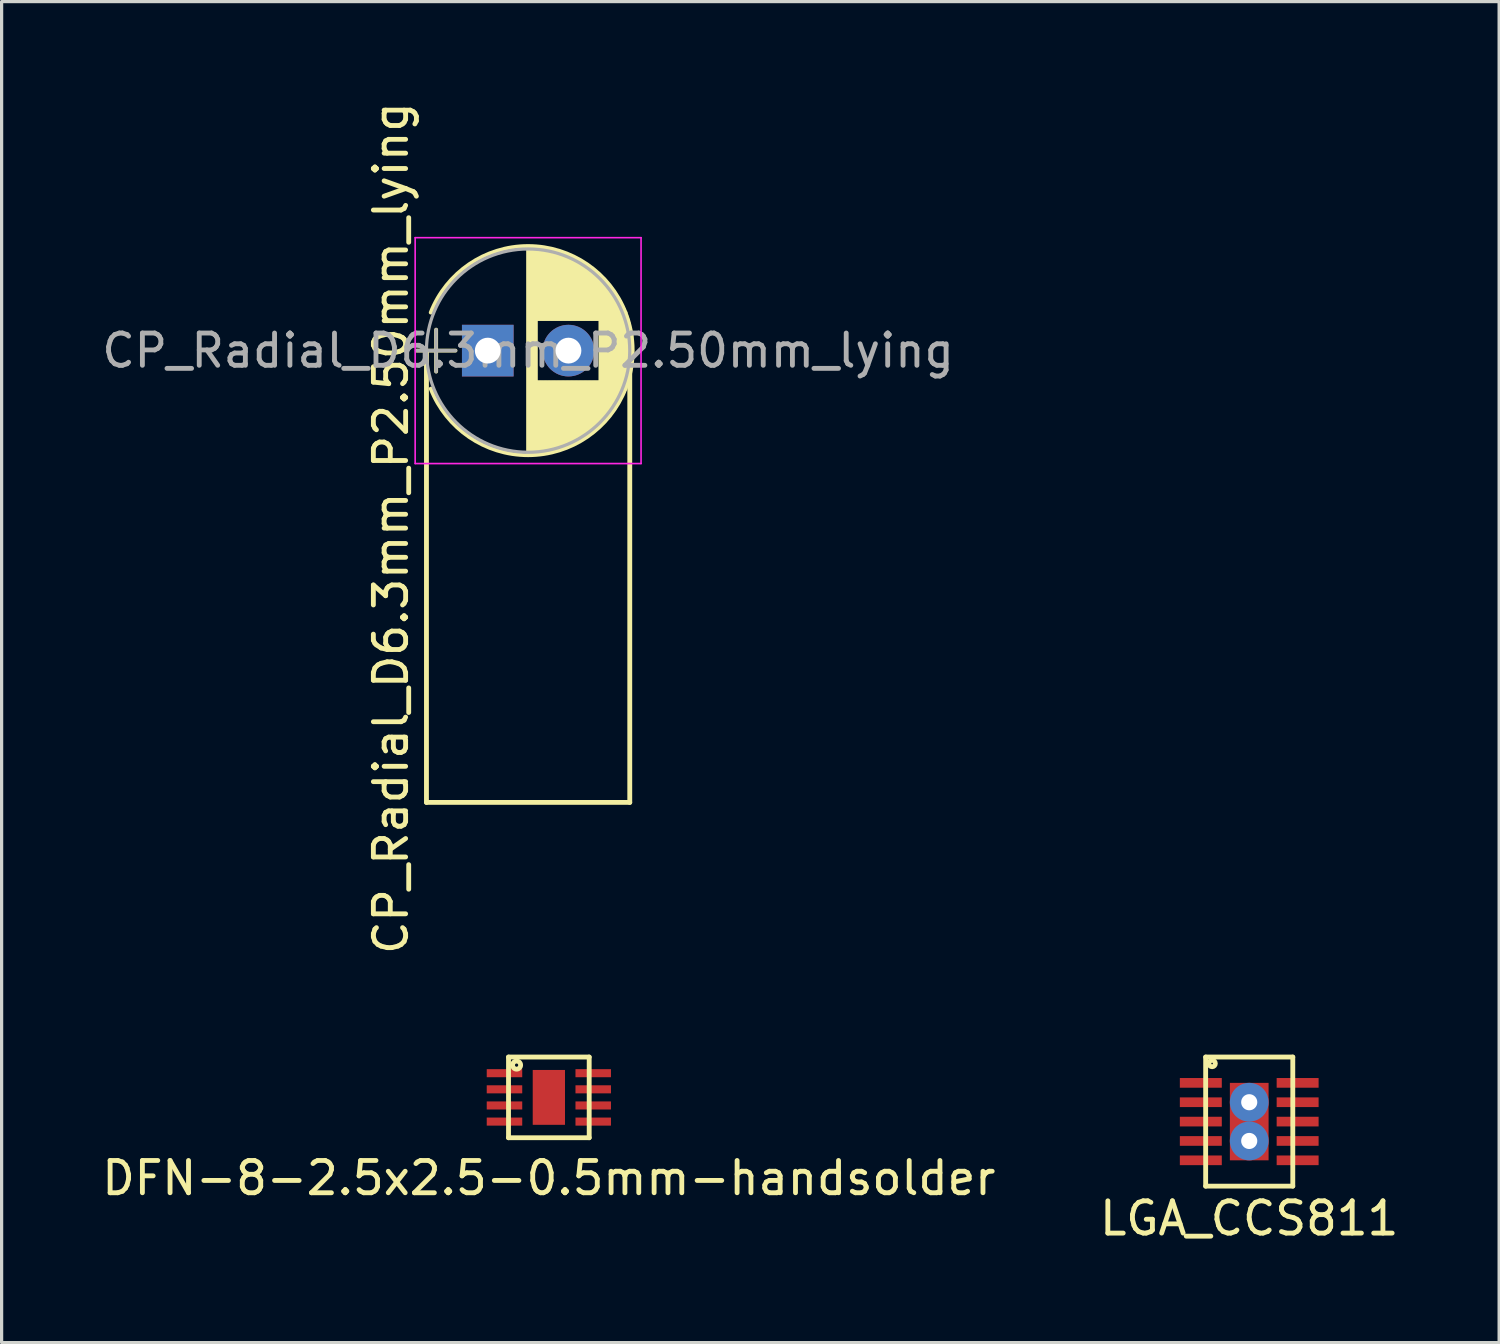
<source format=kicad_pcb>
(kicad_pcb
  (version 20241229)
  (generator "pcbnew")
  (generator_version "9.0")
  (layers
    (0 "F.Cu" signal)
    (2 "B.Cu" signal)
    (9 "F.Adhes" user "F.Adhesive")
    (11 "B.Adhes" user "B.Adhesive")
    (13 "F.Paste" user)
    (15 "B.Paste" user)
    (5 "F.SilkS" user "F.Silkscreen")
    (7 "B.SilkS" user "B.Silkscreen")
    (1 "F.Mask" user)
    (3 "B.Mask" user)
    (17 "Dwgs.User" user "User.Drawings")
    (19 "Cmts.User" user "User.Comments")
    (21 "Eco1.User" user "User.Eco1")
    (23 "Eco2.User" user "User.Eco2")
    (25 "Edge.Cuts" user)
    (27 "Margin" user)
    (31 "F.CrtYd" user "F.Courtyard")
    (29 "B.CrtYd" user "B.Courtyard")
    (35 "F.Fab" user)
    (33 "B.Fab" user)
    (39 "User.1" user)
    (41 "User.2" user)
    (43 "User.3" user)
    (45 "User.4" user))
  (footprint "CP_Radial_D6.3mm_P2.50mm_lying"
    (layer "F.Cu")
    (at 12.065 7.815)
    (property "Reference" "CP_Radial_D6.3mm_P2.50mm_lying" (at -3 5.5 90) (layer "F.SilkS") (effects (font (size 1 1) (thickness 0.15))))
    (attr through_hole)
    (fp_line (start -2.2 0) (end -1 0) (stroke (width 0.12) (type solid)) (layer "F.SilkS"))
    (fp_line (start -1.9 14) (end -1.9 0) (stroke (width 0.15) (type solid)) (layer "F.SilkS"))
    (fp_line (start -1.9 14) (end 4.4 14) (stroke (width 0.15) (type solid)) (layer "F.SilkS"))
    (fp_line (start -1.6 -0.65) (end -1.6 0.65) (stroke (width 0.12) (type solid)) (layer "F.SilkS"))
    (fp_line (start 1.25 -3.2) (end 1.25 3.2) (stroke (width 0.12) (type solid)) (layer "F.SilkS"))
    (fp_line (start 1.29 -3.2) (end 1.29 3.2) (stroke (width 0.12) (type solid)) (layer "F.SilkS"))
    (fp_line (start 1.33 -3.2) (end 1.33 3.2) (stroke (width 0.12) (type solid)) (layer "F.SilkS"))
    (fp_line (start 1.37 -3.198) (end 1.37 3.198) (stroke (width 0.12) (type solid)) (layer "F.SilkS"))
    (fp_line (start 1.41 -3.197) (end 1.41 3.197) (stroke (width 0.12) (type solid)) (layer "F.SilkS"))
    (fp_line (start 1.45 -3.194) (end 1.45 3.194) (stroke (width 0.12) (type solid)) (layer "F.SilkS"))
    (fp_line (start 1.49 -3.192) (end 1.49 3.192) (stroke (width 0.12) (type solid)) (layer "F.SilkS"))
    (fp_line (start 1.53 -3.188) (end 1.53 -0.98) (stroke (width 0.12) (type solid)) (layer "F.SilkS"))
    (fp_line (start 1.53 0.98) (end 1.53 3.188) (stroke (width 0.12) (type solid)) (layer "F.SilkS"))
    (fp_line (start 1.57 -3.185) (end 1.57 -0.98) (stroke (width 0.12) (type solid)) (layer "F.SilkS"))
    (fp_line (start 1.57 0.98) (end 1.57 3.185) (stroke (width 0.12) (type solid)) (layer "F.SilkS"))
    (fp_line (start 1.61 -3.18) (end 1.61 -0.98) (stroke (width 0.12) (type solid)) (layer "F.SilkS"))
    (fp_line (start 1.61 0.98) (end 1.61 3.18) (stroke (width 0.12) (type solid)) (layer "F.SilkS"))
    (fp_line (start 1.65 -3.176) (end 1.65 -0.98) (stroke (width 0.12) (type solid)) (layer "F.SilkS"))
    (fp_line (start 1.65 0.98) (end 1.65 3.176) (stroke (width 0.12) (type solid)) (layer "F.SilkS"))
    (fp_line (start 1.69 -3.17) (end 1.69 -0.98) (stroke (width 0.12) (type solid)) (layer "F.SilkS"))
    (fp_line (start 1.69 0.98) (end 1.69 3.17) (stroke (width 0.12) (type solid)) (layer "F.SilkS"))
    (fp_line (start 1.73 -3.165) (end 1.73 -0.98) (stroke (width 0.12) (type solid)) (layer "F.SilkS"))
    (fp_line (start 1.73 0.98) (end 1.73 3.165) (stroke (width 0.12) (type solid)) (layer "F.SilkS"))
    (fp_line (start 1.77 -3.158) (end 1.77 -0.98) (stroke (width 0.12) (type solid)) (layer "F.SilkS"))
    (fp_line (start 1.77 0.98) (end 1.77 3.158) (stroke (width 0.12) (type solid)) (layer "F.SilkS"))
    (fp_line (start 1.81 -3.152) (end 1.81 -0.98) (stroke (width 0.12) (type solid)) (layer "F.SilkS"))
    (fp_line (start 1.81 0.98) (end 1.81 3.152) (stroke (width 0.12) (type solid)) (layer "F.SilkS"))
    (fp_line (start 1.85 -3.144) (end 1.85 -0.98) (stroke (width 0.12) (type solid)) (layer "F.SilkS"))
    (fp_line (start 1.85 0.98) (end 1.85 3.144) (stroke (width 0.12) (type solid)) (layer "F.SilkS"))
    (fp_line (start 1.89 -3.137) (end 1.89 -0.98) (stroke (width 0.12) (type solid)) (layer "F.SilkS"))
    (fp_line (start 1.89 0.98) (end 1.89 3.137) (stroke (width 0.12) (type solid)) (layer "F.SilkS"))
    (fp_line (start 1.93 -3.128) (end 1.93 -0.98) (stroke (width 0.12) (type solid)) (layer "F.SilkS"))
    (fp_line (start 1.93 0.98) (end 1.93 3.128) (stroke (width 0.12) (type solid)) (layer "F.SilkS"))
    (fp_line (start 1.971 -3.119) (end 1.971 -0.98) (stroke (width 0.12) (type solid)) (layer "F.SilkS"))
    (fp_line (start 1.971 0.98) (end 1.971 3.119) (stroke (width 0.12) (type solid)) (layer "F.SilkS"))
    (fp_line (start 2.011 -3.11) (end 2.011 -0.98) (stroke (width 0.12) (type solid)) (layer "F.SilkS"))
    (fp_line (start 2.011 0.98) (end 2.011 3.11) (stroke (width 0.12) (type solid)) (layer "F.SilkS"))
    (fp_line (start 2.051 -3.1) (end 2.051 -0.98) (stroke (width 0.12) (type solid)) (layer "F.SilkS"))
    (fp_line (start 2.051 0.98) (end 2.051 3.1) (stroke (width 0.12) (type solid)) (layer "F.SilkS"))
    (fp_line (start 2.091 -3.09) (end 2.091 -0.98) (stroke (width 0.12) (type solid)) (layer "F.SilkS"))
    (fp_line (start 2.091 0.98) (end 2.091 3.09) (stroke (width 0.12) (type solid)) (layer "F.SilkS"))
    (fp_line (start 2.131 -3.079) (end 2.131 -0.98) (stroke (width 0.12) (type solid)) (layer "F.SilkS"))
    (fp_line (start 2.131 0.98) (end 2.131 3.079) (stroke (width 0.12) (type solid)) (layer "F.SilkS"))
    (fp_line (start 2.171 -3.067) (end 2.171 -0.98) (stroke (width 0.12) (type solid)) (layer "F.SilkS"))
    (fp_line (start 2.171 0.98) (end 2.171 3.067) (stroke (width 0.12) (type solid)) (layer "F.SilkS"))
    (fp_line (start 2.211 -3.055) (end 2.211 -0.98) (stroke (width 0.12) (type solid)) (layer "F.SilkS"))
    (fp_line (start 2.211 0.98) (end 2.211 3.055) (stroke (width 0.12) (type solid)) (layer "F.SilkS"))
    (fp_line (start 2.251 -3.042) (end 2.251 -0.98) (stroke (width 0.12) (type solid)) (layer "F.SilkS"))
    (fp_line (start 2.251 0.98) (end 2.251 3.042) (stroke (width 0.12) (type solid)) (layer "F.SilkS"))
    (fp_line (start 2.291 -3.029) (end 2.291 -0.98) (stroke (width 0.12) (type solid)) (layer "F.SilkS"))
    (fp_line (start 2.291 0.98) (end 2.291 3.029) (stroke (width 0.12) (type solid)) (layer "F.SilkS"))
    (fp_line (start 2.331 -3.015) (end 2.331 -0.98) (stroke (width 0.12) (type solid)) (layer "F.SilkS"))
    (fp_line (start 2.331 0.98) (end 2.331 3.015) (stroke (width 0.12) (type solid)) (layer "F.SilkS"))
    (fp_line (start 2.371 -3.001) (end 2.371 -0.98) (stroke (width 0.12) (type solid)) (layer "F.SilkS"))
    (fp_line (start 2.371 0.98) (end 2.371 3.001) (stroke (width 0.12) (type solid)) (layer "F.SilkS"))
    (fp_line (start 2.411 -2.986) (end 2.411 -0.98) (stroke (width 0.12) (type solid)) (layer "F.SilkS"))
    (fp_line (start 2.411 0.98) (end 2.411 2.986) (stroke (width 0.12) (type solid)) (layer "F.SilkS"))
    (fp_line (start 2.451 -2.97) (end 2.451 -0.98) (stroke (width 0.12) (type solid)) (layer "F.SilkS"))
    (fp_line (start 2.451 0.98) (end 2.451 2.97) (stroke (width 0.12) (type solid)) (layer "F.SilkS"))
    (fp_line (start 2.491 -2.954) (end 2.491 -0.98) (stroke (width 0.12) (type solid)) (layer "F.SilkS"))
    (fp_line (start 2.491 0.98) (end 2.491 2.954) (stroke (width 0.12) (type solid)) (layer "F.SilkS"))
    (fp_line (start 2.531 -2.937) (end 2.531 -0.98) (stroke (width 0.12) (type solid)) (layer "F.SilkS"))
    (fp_line (start 2.531 0.98) (end 2.531 2.937) (stroke (width 0.12) (type solid)) (layer "F.SilkS"))
    (fp_line (start 2.571 -2.919) (end 2.571 -0.98) (stroke (width 0.12) (type solid)) (layer "F.SilkS"))
    (fp_line (start 2.571 0.98) (end 2.571 2.919) (stroke (width 0.12) (type solid)) (layer "F.SilkS"))
    (fp_line (start 2.611 -2.901) (end 2.611 -0.98) (stroke (width 0.12) (type solid)) (layer "F.SilkS"))
    (fp_line (start 2.611 0.98) (end 2.611 2.901) (stroke (width 0.12) (type solid)) (layer "F.SilkS"))
    (fp_line (start 2.651 -2.882) (end 2.651 -0.98) (stroke (width 0.12) (type solid)) (layer "F.SilkS"))
    (fp_line (start 2.651 0.98) (end 2.651 2.882) (stroke (width 0.12) (type solid)) (layer "F.SilkS"))
    (fp_line (start 2.691 -2.863) (end 2.691 -0.98) (stroke (width 0.12) (type solid)) (layer "F.SilkS"))
    (fp_line (start 2.691 0.98) (end 2.691 2.863) (stroke (width 0.12) (type solid)) (layer "F.SilkS"))
    (fp_line (start 2.731 -2.843) (end 2.731 -0.98) (stroke (width 0.12) (type solid)) (layer "F.SilkS"))
    (fp_line (start 2.731 0.98) (end 2.731 2.843) (stroke (width 0.12) (type solid)) (layer "F.SilkS"))
    (fp_line (start 2.771 -2.822) (end 2.771 -0.98) (stroke (width 0.12) (type solid)) (layer "F.SilkS"))
    (fp_line (start 2.771 0.98) (end 2.771 2.822) (stroke (width 0.12) (type solid)) (layer "F.SilkS"))
    (fp_line (start 2.811 -2.8) (end 2.811 -0.98) (stroke (width 0.12) (type solid)) (layer "F.SilkS"))
    (fp_line (start 2.811 0.98) (end 2.811 2.8) (stroke (width 0.12) (type solid)) (layer "F.SilkS"))
    (fp_line (start 2.851 -2.778) (end 2.851 -0.98) (stroke (width 0.12) (type solid)) (layer "F.SilkS"))
    (fp_line (start 2.851 0.98) (end 2.851 2.778) (stroke (width 0.12) (type solid)) (layer "F.SilkS"))
    (fp_line (start 2.891 -2.755) (end 2.891 -0.98) (stroke (width 0.12) (type solid)) (layer "F.SilkS"))
    (fp_line (start 2.891 0.98) (end 2.891 2.755) (stroke (width 0.12) (type solid)) (layer "F.SilkS"))
    (fp_line (start 2.931 -2.731) (end 2.931 -0.98) (stroke (width 0.12) (type solid)) (layer "F.SilkS"))
    (fp_line (start 2.931 0.98) (end 2.931 2.731) (stroke (width 0.12) (type solid)) (layer "F.SilkS"))
    (fp_line (start 2.971 -2.706) (end 2.971 -0.98) (stroke (width 0.12) (type solid)) (layer "F.SilkS"))
    (fp_line (start 2.971 0.98) (end 2.971 2.706) (stroke (width 0.12) (type solid)) (layer "F.SilkS"))
    (fp_line (start 3.011 -2.681) (end 3.011 -0.98) (stroke (width 0.12) (type solid)) (layer "F.SilkS"))
    (fp_line (start 3.011 0.98) (end 3.011 2.681) (stroke (width 0.12) (type solid)) (layer "F.SilkS"))
    (fp_line (start 3.051 -2.654) (end 3.051 -0.98) (stroke (width 0.12) (type solid)) (layer "F.SilkS"))
    (fp_line (start 3.051 0.98) (end 3.051 2.654) (stroke (width 0.12) (type solid)) (layer "F.SilkS"))
    (fp_line (start 3.091 -2.627) (end 3.091 -0.98) (stroke (width 0.12) (type solid)) (layer "F.SilkS"))
    (fp_line (start 3.091 0.98) (end 3.091 2.627) (stroke (width 0.12) (type solid)) (layer "F.SilkS"))
    (fp_line (start 3.131 -2.599) (end 3.131 -0.98) (stroke (width 0.12) (type solid)) (layer "F.SilkS"))
    (fp_line (start 3.131 0.98) (end 3.131 2.599) (stroke (width 0.12) (type solid)) (layer "F.SilkS"))
    (fp_line (start 3.171 -2.57) (end 3.171 -0.98) (stroke (width 0.12) (type solid)) (layer "F.SilkS"))
    (fp_line (start 3.171 0.98) (end 3.171 2.57) (stroke (width 0.12) (type solid)) (layer "F.SilkS"))
    (fp_line (start 3.211 -2.54) (end 3.211 -0.98) (stroke (width 0.12) (type solid)) (layer "F.SilkS"))
    (fp_line (start 3.211 0.98) (end 3.211 2.54) (stroke (width 0.12) (type solid)) (layer "F.SilkS"))
    (fp_line (start 3.251 -2.51) (end 3.251 -0.98) (stroke (width 0.12) (type solid)) (layer "F.SilkS"))
    (fp_line (start 3.251 0.98) (end 3.251 2.51) (stroke (width 0.12) (type solid)) (layer "F.SilkS"))
    (fp_line (start 3.291 -2.478) (end 3.291 -0.98) (stroke (width 0.12) (type solid)) (layer "F.SilkS"))
    (fp_line (start 3.291 0.98) (end 3.291 2.478) (stroke (width 0.12) (type solid)) (layer "F.SilkS"))
    (fp_line (start 3.331 -2.445) (end 3.331 -0.98) (stroke (width 0.12) (type solid)) (layer "F.SilkS"))
    (fp_line (start 3.331 0.98) (end 3.331 2.445) (stroke (width 0.12) (type solid)) (layer "F.SilkS"))
    (fp_line (start 3.371 -2.411) (end 3.371 -0.98) (stroke (width 0.12) (type solid)) (layer "F.SilkS"))
    (fp_line (start 3.371 0.98) (end 3.371 2.411) (stroke (width 0.12) (type solid)) (layer "F.SilkS"))
    (fp_line (start 3.411 -2.375) (end 3.411 -0.98) (stroke (width 0.12) (type solid)) (layer "F.SilkS"))
    (fp_line (start 3.411 0.98) (end 3.411 2.375) (stroke (width 0.12) (type solid)) (layer "F.SilkS"))
    (fp_line (start 3.451 -2.339) (end 3.451 -0.98) (stroke (width 0.12) (type solid)) (layer "F.SilkS"))
    (fp_line (start 3.451 0.98) (end 3.451 2.339) (stroke (width 0.12) (type solid)) (layer "F.SilkS"))
    (fp_line (start 3.491 -2.301) (end 3.491 2.301) (stroke (width 0.12) (type solid)) (layer "F.SilkS"))
    (fp_line (start 3.531 -2.262) (end 3.531 2.262) (stroke (width 0.12) (type solid)) (layer "F.SilkS"))
    (fp_line (start 3.571 -2.222) (end 3.571 2.222) (stroke (width 0.12) (type solid)) (layer "F.SilkS"))
    (fp_line (start 3.611 -2.18) (end 3.611 2.18) (stroke (width 0.12) (type solid)) (layer "F.SilkS"))
    (fp_line (start 3.651 -2.137) (end 3.651 2.137) (stroke (width 0.12) (type solid)) (layer "F.SilkS"))
    (fp_line (start 3.691 -2.092) (end 3.691 2.092) (stroke (width 0.12) (type solid)) (layer "F.SilkS"))
    (fp_line (start 3.731 -2.045) (end 3.731 2.045) (stroke (width 0.12) (type solid)) (layer "F.SilkS"))
    (fp_line (start 3.771 -1.997) (end 3.771 1.997) (stroke (width 0.12) (type solid)) (layer "F.SilkS"))
    (fp_line (start 3.811 -1.946) (end 3.811 1.946) (stroke (width 0.12) (type solid)) (layer "F.SilkS"))
    (fp_line (start 3.851 -1.894) (end 3.851 1.894) (stroke (width 0.12) (type solid)) (layer "F.SilkS"))
    (fp_line (start 3.891 -1.839) (end 3.891 1.839) (stroke (width 0.12) (type solid)) (layer "F.SilkS"))
    (fp_line (start 3.931 -1.781) (end 3.931 1.781) (stroke (width 0.12) (type solid)) (layer "F.SilkS"))
    (fp_line (start 3.971 -1.721) (end 3.971 1.721) (stroke (width 0.12) (type solid)) (layer "F.SilkS"))
    (fp_line (start 4.011 -1.658) (end 4.011 1.658) (stroke (width 0.12) (type solid)) (layer "F.SilkS"))
    (fp_line (start 4.051 -1.591) (end 4.051 1.591) (stroke (width 0.12) (type solid)) (layer "F.SilkS"))
    (fp_line (start 4.091 -1.52) (end 4.091 1.52) (stroke (width 0.12) (type solid)) (layer "F.SilkS"))
    (fp_line (start 4.131 -1.445) (end 4.131 1.445) (stroke (width 0.12) (type solid)) (layer "F.SilkS"))
    (fp_line (start 4.171 -1.364) (end 4.171 1.364) (stroke (width 0.12) (type solid)) (layer "F.SilkS"))
    (fp_line (start 4.211 -1.278) (end 4.211 1.278) (stroke (width 0.12) (type solid)) (layer "F.SilkS"))
    (fp_line (start 4.251 -1.184) (end 4.251 1.184) (stroke (width 0.12) (type solid)) (layer "F.SilkS"))
    (fp_line (start 4.291 -1.081) (end 4.291 1.081) (stroke (width 0.12) (type solid)) (layer "F.SilkS"))
    (fp_line (start 4.331 -0.966) (end 4.331 0.966) (stroke (width 0.12) (type solid)) (layer "F.SilkS"))
    (fp_line (start 4.371 -0.834) (end 4.371 0.834) (stroke (width 0.12) (type solid)) (layer "F.SilkS"))
    (fp_line (start 4.4 0) (end 4.4 14) (stroke (width 0.15) (type solid)) (layer "F.SilkS"))
    (fp_line (start 4.411 -0.676) (end 4.411 0.676) (stroke (width 0.12) (type solid)) (layer "F.SilkS"))
    (fp_line (start 4.451 -0.468) (end 4.451 0.468) (stroke (width 0.12) (type solid)) (layer "F.SilkS"))
    (fp_arc (start -1.767482 -1.18) (mid 1.250464 -3.24) (end 4.26782 -1.179135) (stroke (width 0.12) (type solid)) (layer "F.SilkS"))
    (fp_arc (start 4.267482 -1.18) (mid 4.49 -0.000464) (end 4.26782 1.179135) (stroke (width 0.12) (type solid)) (layer "F.SilkS"))
    (fp_arc (start 4.26782 1.179135) (mid 1.250464 3.239999) (end -1.767482 1.18) (stroke (width 0.12) (type solid)) (layer "F.SilkS"))
    (fp_line (start -2.25 -3.5) (end -2.25 3.5) (stroke (width 0.05) (type solid)) (layer "F.CrtYd"))
    (fp_line (start -2.25 3.5) (end 4.75 3.5) (stroke (width 0.05) (type solid)) (layer "F.CrtYd"))
    (fp_line (start 4.75 -3.5) (end -2.25 -3.5) (stroke (width 0.05) (type solid)) (layer "F.CrtYd"))
    (fp_line (start 4.75 3.5) (end 4.75 -3.5) (stroke (width 0.05) (type solid)) (layer "F.CrtYd"))
    (fp_line (start -2.2 0) (end -1 0) (stroke (width 0.1) (type solid)) (layer "F.Fab"))
    (fp_line (start -1.6 -0.65) (end -1.6 0.65) (stroke (width 0.1) (type solid)) (layer "F.Fab"))
    (fp_circle (center 1.25 0) (end 4.4 0) (stroke (width 0.1) (type solid)) (fill no) (layer "F.Fab"))
    (fp_text user "${REFERENCE}" (at 1.25 0 0) (layer "F.Fab") (effects (font (size 1 1) (thickness 0.15))))
    (pad "1" thru_hole rect (at 0 0) (size 1.6 1.6) (drill 0.8) (layers "*.Cu" "*.Mask"))
    (pad "2" thru_hole circle (at 2.5 0) (size 1.6 1.6) (drill 0.8) (layers "*.Cu" "*.Mask")))
  (footprint "DFN-8-2.5x2.5-0.5mm-handsolder"
    (layer "F.Cu")
    (at 13.958 30.956)
    (property "Reference" "DFN-8-2.5x2.5-0.5mm-handsolder" (at 0 2.5 0) (layer "F.SilkS") (effects (font (size 1 1) (thickness 0.15))))
    (attr through_hole)
    (fp_line (start -1.25 -1.25) (end 1.25 -1.25) (stroke (width 0.15) (type solid)) (layer "F.SilkS"))
    (fp_line (start -1.25 1.25) (end -1.25 -1.25) (stroke (width 0.15) (type solid)) (layer "F.SilkS"))
    (fp_line (start 1.25 -1.25) (end 1.25 1.25) (stroke (width 0.15) (type solid)) (layer "F.SilkS"))
    (fp_line (start 1.25 1.25) (end -1.25 1.25) (stroke (width 0.15) (type solid)) (layer "F.SilkS"))
    (fp_circle (center -1 -1) (end -1 -0.95) (stroke (width 0.15) (type solid)) (fill no) (layer "F.SilkS"))
    (pad "1" smd rect (at -1.175 -0.75) (size 1.1 0.25) (drill (offset -0.2 0)) (layers "F.Cu" "F.Mask" "F.Paste"))
    (pad "2" smd rect (at -1.175 -0.25) (size 1.1 0.25) (drill (offset -0.2 0)) (layers "F.Cu" "F.Mask" "F.Paste"))
    (pad "3" smd rect (at -1.175 0.25) (size 1.1 0.25) (drill (offset -0.2 0)) (layers "F.Cu" "F.Mask" "F.Paste"))
    (pad "4" smd rect (at -1.175 0.75) (size 1.1 0.25) (drill (offset -0.2 0)) (layers "F.Cu" "F.Mask" "F.Paste"))
    (pad "5" smd rect (at 1.175 0.75) (size 1.1 0.25) (drill (offset 0.2 0)) (layers "F.Cu" "F.Mask" "F.Paste"))
    (pad "6" smd rect (at 1.175 0.25) (size 1.1 0.25) (drill (offset 0.2 0)) (layers "F.Cu" "F.Mask" "F.Paste"))
    (pad "7" smd rect (at 1.175 -0.25) (size 1.1 0.25) (drill (offset 0.2 0)) (layers "F.Cu" "F.Mask" "F.Paste"))
    (pad "8" smd rect (at 0 0) (size 1 1.7) (layers "F.Cu" "F.Mask" "F.Paste"))
    (pad "8" smd rect (at 1.175 -0.75) (size 1.1 0.25) (drill (offset 0.2 0)) (layers "F.Cu" "F.Mask" "F.Paste")))
  (footprint "LGA_CCS811"
    (layer "F.Cu")
    (at 35.661 31.706)
    (property "Reference" "LGA_CCS811" (at 0 3 0) (layer "F.SilkS") (effects (font (size 1 1) (thickness 0.15))))
    (attr through_hole)
    (fp_line (start -1.35 -2) (end 1.35 -2) (stroke (width 0.15) (type solid)) (layer "F.SilkS"))
    (fp_line (start -1.35 2) (end -1.35 -2) (stroke (width 0.15) (type solid)) (layer "F.SilkS"))
    (fp_line (start 1.35 -2) (end 1.35 2) (stroke (width 0.15) (type solid)) (layer "F.SilkS"))
    (fp_line (start 1.35 2) (end -1.35 2) (stroke (width 0.15) (type solid)) (layer "F.SilkS"))
    (fp_circle (center -1.15 -1.8) (end -1.05 -1.8) (stroke (width 0.15) (type solid)) (fill no) (layer "F.SilkS"))
    (pad "1" smd rect (at -1.1 -1.2) (size 1.3 0.3) (drill (offset -0.4 0)) (layers "F.Cu" "F.Mask" "F.Paste"))
    (pad "2" smd rect (at -1.1 -0.6) (size 1.3 0.3) (drill (offset -0.4 0)) (layers "F.Cu" "F.Mask" "F.Paste"))
    (pad "3" smd rect (at -1.1 0) (size 1.3 0.3) (drill (offset -0.4 0)) (layers "F.Cu" "F.Mask" "F.Paste"))
    (pad "4" smd rect (at -1.1 0.6) (size 1.3 0.3) (drill (offset -0.4 0)) (layers "F.Cu" "F.Mask" "F.Paste"))
    (pad "5" smd rect (at -1.1 1.2) (size 1.3 0.3) (drill (offset -0.4 0)) (layers "F.Cu" "F.Mask" "F.Paste"))
    (pad "6" smd rect (at 1.1 1.2) (size 1.3 0.3) (drill (offset 0.4 0)) (layers "F.Cu" "F.Mask" "F.Paste"))
    (pad "7" smd rect (at 1.1 0.6) (size 1.3 0.3) (drill (offset 0.4 0)) (layers "F.Cu" "F.Mask" "F.Paste"))
    (pad "8" smd rect (at 1.1 0) (size 1.3 0.3) (drill (offset 0.4 0)) (layers "F.Cu" "F.Mask" "F.Paste"))
    (pad "9" smd rect (at 1.1 -0.6) (size 1.3 0.3) (drill (offset 0.4 0)) (layers "F.Cu" "F.Mask" "F.Paste"))
    (pad "10" smd rect (at 1.1 -1.2) (size 1.3 0.3) (drill (offset 0.4 0)) (layers "F.Cu" "F.Mask" "F.Paste"))
    (pad "EP" thru_hole circle (at 0 -0.6) (size 1.2 1.2) (drill 0.5) (layers "*.Cu" "*.Mask"))
    (pad "EP" smd rect (at 0 0) (size 1.2 2.4) (layers "F.Cu" "F.Mask" "F.Paste"))
    (pad "EP" thru_hole circle (at 0 0.6) (size 1.2 1.2) (drill 0.5) (layers "*.Cu" "*.Mask")))
  (gr_rect
    (start -3 -3)
    (end 43.405 38.554)
    (stroke (width 0.1) (type default))
    (fill no)
    (layer "Edge.Cuts")))
</source>
